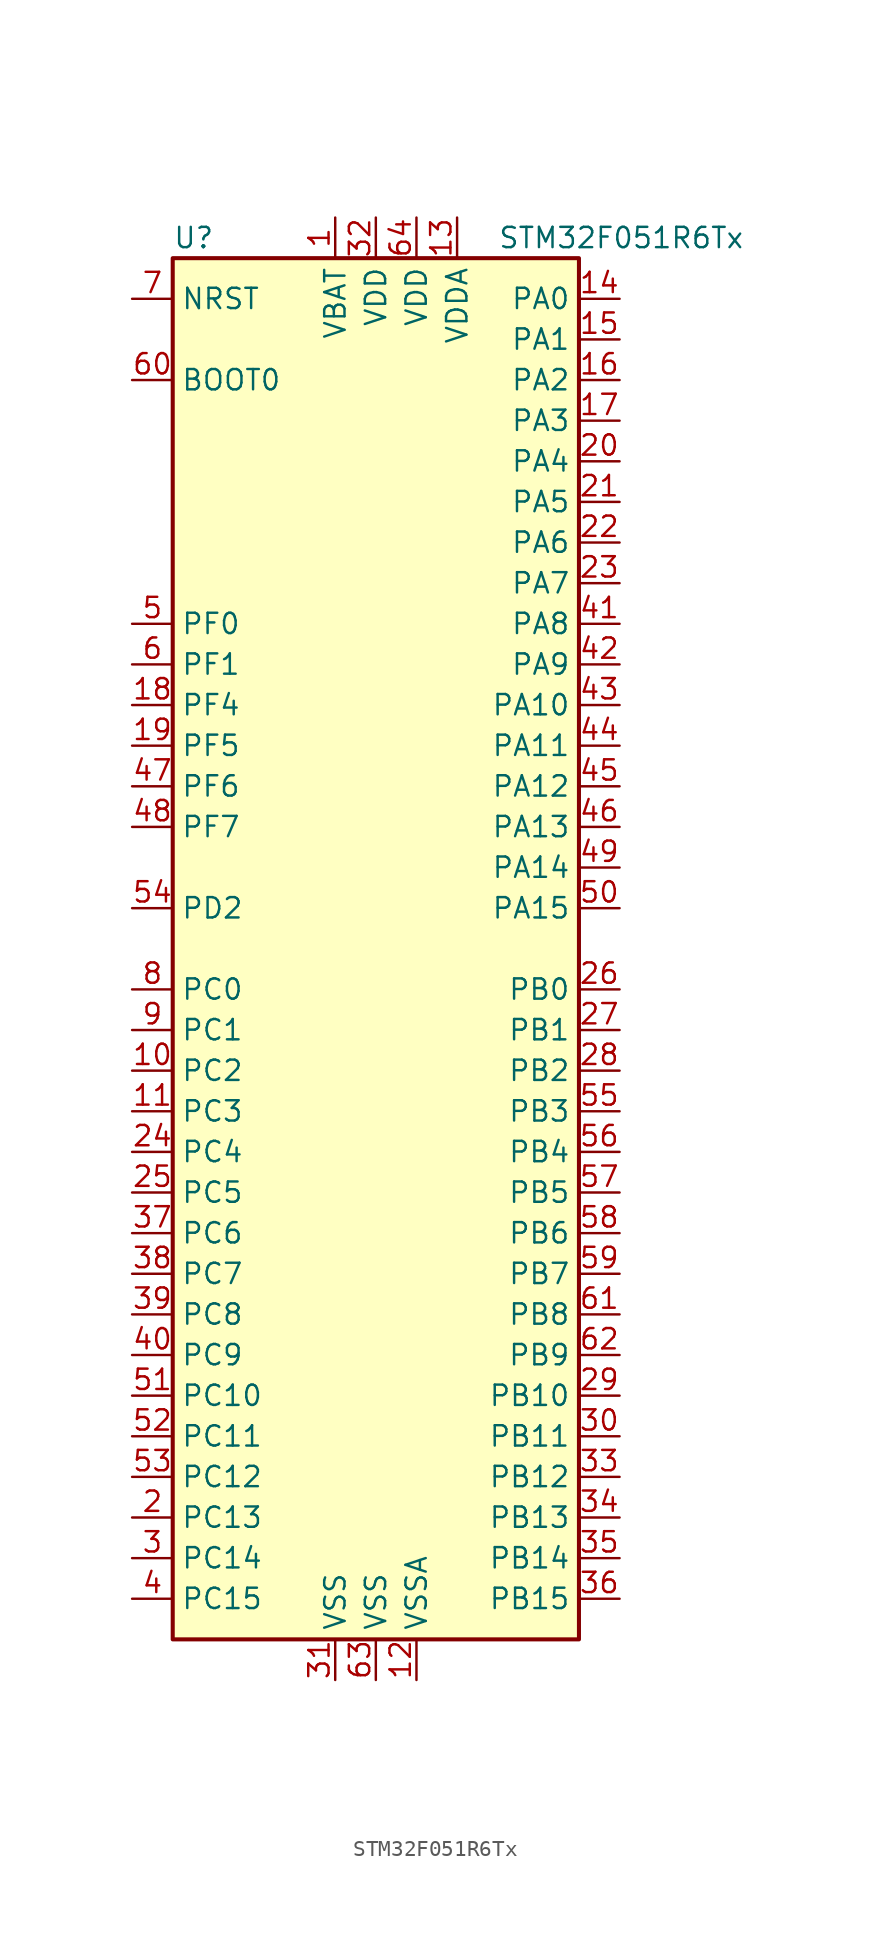
<source format=kicad_sym>
(kicad_symbol_lib
  (version 20201005)
  (generator kicad_symbol_editor)
  (symbol "STM32F051R6Tx"
    (property "Reference" "U"
      (at -12.7 44.45 0)
      (effects (font (size 1.27 1.27)) (justify left)))
    (property "Value" "STM32F051R6Tx"
      (at 7.62 44.45 0)
      (effects (font (size 1.27 1.27)) (justify left)))
    (symbol "STM32F051R6Tx_0_1"
      (rectangle (start -12.7 -43.18) (end 12.7 43.18) (stroke (width 0.254)) (fill (type background))))
    (symbol "STM32F051R6Tx_1_1"
      (pin input line (at -15.24 35.56 0) (length 2.54) (name "BOOT0" (effects (font (size 1.27 1.27)))) (number "60" (effects (font (size 1.27 1.27)))))
      (pin input line (at -15.24 40.64 0) (length 2.54) (name "NRST" (effects (font (size 1.27 1.27)))) (number "7" (effects (font (size 1.27 1.27)))))
      (pin bidirectional line (at 15.24 40.64 180) (length 2.54) (name "PA0" (effects (font (size 1.27 1.27)))) (number "14" (effects (font (size 1.27 1.27)))))
      (pin bidirectional line (at 15.24 38.1 180) (length 2.54) (name "PA1" (effects (font (size 1.27 1.27)))) (number "15" (effects (font (size 1.27 1.27)))))
      (pin bidirectional line (at 15.24 15.24 180) (length 2.54) (name "PA10" (effects (font (size 1.27 1.27)))) (number "43" (effects (font (size 1.27 1.27)))))
      (pin bidirectional line (at 15.24 12.7 180) (length 2.54) (name "PA11" (effects (font (size 1.27 1.27)))) (number "44" (effects (font (size 1.27 1.27)))))
      (pin bidirectional line (at 15.24 10.16 180) (length 2.54) (name "PA12" (effects (font (size 1.27 1.27)))) (number "45" (effects (font (size 1.27 1.27)))))
      (pin bidirectional line (at 15.24 7.62 180) (length 2.54) (name "PA13" (effects (font (size 1.27 1.27)))) (number "46" (effects (font (size 1.27 1.27)))))
      (pin bidirectional line (at 15.24 5.08 180) (length 2.54) (name "PA14" (effects (font (size 1.27 1.27)))) (number "49" (effects (font (size 1.27 1.27)))))
      (pin bidirectional line (at 15.24 2.54 180) (length 2.54) (name "PA15" (effects (font (size 1.27 1.27)))) (number "50" (effects (font (size 1.27 1.27)))))
      (pin bidirectional line (at 15.24 35.56 180) (length 2.54) (name "PA2" (effects (font (size 1.27 1.27)))) (number "16" (effects (font (size 1.27 1.27)))))
      (pin bidirectional line (at 15.24 33.02 180) (length 2.54) (name "PA3" (effects (font (size 1.27 1.27)))) (number "17" (effects (font (size 1.27 1.27)))))
      (pin bidirectional line (at 15.24 30.48 180) (length 2.54) (name "PA4" (effects (font (size 1.27 1.27)))) (number "20" (effects (font (size 1.27 1.27)))))
      (pin bidirectional line (at 15.24 27.94 180) (length 2.54) (name "PA5" (effects (font (size 1.27 1.27)))) (number "21" (effects (font (size 1.27 1.27)))))
      (pin bidirectional line (at 15.24 25.4 180) (length 2.54) (name "PA6" (effects (font (size 1.27 1.27)))) (number "22" (effects (font (size 1.27 1.27)))))
      (pin bidirectional line (at 15.24 22.86 180) (length 2.54) (name "PA7" (effects (font (size 1.27 1.27)))) (number "23" (effects (font (size 1.27 1.27)))))
      (pin bidirectional line (at 15.24 20.32 180) (length 2.54) (name "PA8" (effects (font (size 1.27 1.27)))) (number "41" (effects (font (size 1.27 1.27)))))
      (pin bidirectional line (at 15.24 17.78 180) (length 2.54) (name "PA9" (effects (font (size 1.27 1.27)))) (number "42" (effects (font (size 1.27 1.27)))))
      (pin bidirectional line (at 15.24 -2.54 180) (length 2.54) (name "PB0" (effects (font (size 1.27 1.27)))) (number "26" (effects (font (size 1.27 1.27)))))
      (pin bidirectional line (at 15.24 -5.08 180) (length 2.54) (name "PB1" (effects (font (size 1.27 1.27)))) (number "27" (effects (font (size 1.27 1.27)))))
      (pin bidirectional line (at 15.24 -27.94 180) (length 2.54) (name "PB10" (effects (font (size 1.27 1.27)))) (number "29" (effects (font (size 1.27 1.27)))))
      (pin bidirectional line (at 15.24 -30.48 180) (length 2.54) (name "PB11" (effects (font (size 1.27 1.27)))) (number "30" (effects (font (size 1.27 1.27)))))
      (pin bidirectional line (at 15.24 -33.02 180) (length 2.54) (name "PB12" (effects (font (size 1.27 1.27)))) (number "33" (effects (font (size 1.27 1.27)))))
      (pin bidirectional line (at 15.24 -35.56 180) (length 2.54) (name "PB13" (effects (font (size 1.27 1.27)))) (number "34" (effects (font (size 1.27 1.27)))))
      (pin bidirectional line (at 15.24 -38.1 180) (length 2.54) (name "PB14" (effects (font (size 1.27 1.27)))) (number "35" (effects (font (size 1.27 1.27)))))
      (pin bidirectional line (at 15.24 -40.64 180) (length 2.54) (name "PB15" (effects (font (size 1.27 1.27)))) (number "36" (effects (font (size 1.27 1.27)))))
      (pin bidirectional line (at 15.24 -7.62 180) (length 2.54) (name "PB2" (effects (font (size 1.27 1.27)))) (number "28" (effects (font (size 1.27 1.27)))))
      (pin bidirectional line (at 15.24 -10.16 180) (length 2.54) (name "PB3" (effects (font (size 1.27 1.27)))) (number "55" (effects (font (size 1.27 1.27)))))
      (pin bidirectional line (at 15.24 -12.7 180) (length 2.54) (name "PB4" (effects (font (size 1.27 1.27)))) (number "56" (effects (font (size 1.27 1.27)))))
      (pin bidirectional line (at 15.24 -15.24 180) (length 2.54) (name "PB5" (effects (font (size 1.27 1.27)))) (number "57" (effects (font (size 1.27 1.27)))))
      (pin bidirectional line (at 15.24 -17.78 180) (length 2.54) (name "PB6" (effects (font (size 1.27 1.27)))) (number "58" (effects (font (size 1.27 1.27)))))
      (pin bidirectional line (at 15.24 -20.32 180) (length 2.54) (name "PB7" (effects (font (size 1.27 1.27)))) (number "59" (effects (font (size 1.27 1.27)))))
      (pin bidirectional line (at 15.24 -22.86 180) (length 2.54) (name "PB8" (effects (font (size 1.27 1.27)))) (number "61" (effects (font (size 1.27 1.27)))))
      (pin bidirectional line (at 15.24 -25.4 180) (length 2.54) (name "PB9" (effects (font (size 1.27 1.27)))) (number "62" (effects (font (size 1.27 1.27)))))
      (pin bidirectional line (at -15.24 -2.54 0) (length 2.54) (name "PC0" (effects (font (size 1.27 1.27)))) (number "8" (effects (font (size 1.27 1.27)))))
      (pin bidirectional line (at -15.24 -5.08 0) (length 2.54) (name "PC1" (effects (font (size 1.27 1.27)))) (number "9" (effects (font (size 1.27 1.27)))))
      (pin bidirectional line (at -15.24 -27.94 0) (length 2.54) (name "PC10" (effects (font (size 1.27 1.27)))) (number "51" (effects (font (size 1.27 1.27)))))
      (pin bidirectional line (at -15.24 -30.48 0) (length 2.54) (name "PC11" (effects (font (size 1.27 1.27)))) (number "52" (effects (font (size 1.27 1.27)))))
      (pin bidirectional line (at -15.24 -33.02 0) (length 2.54) (name "PC12" (effects (font (size 1.27 1.27)))) (number "53" (effects (font (size 1.27 1.27)))))
      (pin bidirectional line (at -15.24 -35.56 0) (length 2.54) (name "PC13" (effects (font (size 1.27 1.27)))) (number "2" (effects (font (size 1.27 1.27)))))
      (pin bidirectional line (at -15.24 -38.1 0) (length 2.54) (name "PC14" (effects (font (size 1.27 1.27)))) (number "3" (effects (font (size 1.27 1.27)))))
      (pin bidirectional line (at -15.24 -40.64 0) (length 2.54) (name "PC15" (effects (font (size 1.27 1.27)))) (number "4" (effects (font (size 1.27 1.27)))))
      (pin bidirectional line (at -15.24 -7.62 0) (length 2.54) (name "PC2" (effects (font (size 1.27 1.27)))) (number "10" (effects (font (size 1.27 1.27)))))
      (pin bidirectional line (at -15.24 -10.16 0) (length 2.54) (name "PC3" (effects (font (size 1.27 1.27)))) (number "11" (effects (font (size 1.27 1.27)))))
      (pin bidirectional line (at -15.24 -12.7 0) (length 2.54) (name "PC4" (effects (font (size 1.27 1.27)))) (number "24" (effects (font (size 1.27 1.27)))))
      (pin bidirectional line (at -15.24 -15.24 0) (length 2.54) (name "PC5" (effects (font (size 1.27 1.27)))) (number "25" (effects (font (size 1.27 1.27)))))
      (pin bidirectional line (at -15.24 -17.78 0) (length 2.54) (name "PC6" (effects (font (size 1.27 1.27)))) (number "37" (effects (font (size 1.27 1.27)))))
      (pin bidirectional line (at -15.24 -20.32 0) (length 2.54) (name "PC7" (effects (font (size 1.27 1.27)))) (number "38" (effects (font (size 1.27 1.27)))))
      (pin bidirectional line (at -15.24 -22.86 0) (length 2.54) (name "PC8" (effects (font (size 1.27 1.27)))) (number "39" (effects (font (size 1.27 1.27)))))
      (pin bidirectional line (at -15.24 -25.4 0) (length 2.54) (name "PC9" (effects (font (size 1.27 1.27)))) (number "40" (effects (font (size 1.27 1.27)))))
      (pin bidirectional line (at -15.24 2.54 0) (length 2.54) (name "PD2" (effects (font (size 1.27 1.27)))) (number "54" (effects (font (size 1.27 1.27)))))
      (pin input line (at -15.24 20.32 0) (length 2.54) (name "PF0" (effects (font (size 1.27 1.27)))) (number "5" (effects (font (size 1.27 1.27)))))
      (pin input line (at -15.24 17.78 0) (length 2.54) (name "PF1" (effects (font (size 1.27 1.27)))) (number "6" (effects (font (size 1.27 1.27)))))
      (pin bidirectional line (at -15.24 15.24 0) (length 2.54) (name "PF4" (effects (font (size 1.27 1.27)))) (number "18" (effects (font (size 1.27 1.27)))))
      (pin bidirectional line (at -15.24 12.7 0) (length 2.54) (name "PF5" (effects (font (size 1.27 1.27)))) (number "19" (effects (font (size 1.27 1.27)))))
      (pin bidirectional line (at -15.24 10.16 0) (length 2.54) (name "PF6" (effects (font (size 1.27 1.27)))) (number "47" (effects (font (size 1.27 1.27)))))
      (pin bidirectional line (at -15.24 7.62 0) (length 2.54) (name "PF7" (effects (font (size 1.27 1.27)))) (number "48" (effects (font (size 1.27 1.27)))))
      (pin power_in line (at -2.54 45.72 270) (length 2.54) (name "VBAT" (effects (font (size 1.27 1.27)))) (number "1" (effects (font (size 1.27 1.27)))))
      (pin power_in line (at 0 45.72 270) (length 2.54) (name "VDD" (effects (font (size 1.27 1.27)))) (number "32" (effects (font (size 1.27 1.27)))))
      (pin power_in line (at 2.54 45.72 270) (length 2.54) (name "VDD" (effects (font (size 1.27 1.27)))) (number "64" (effects (font (size 1.27 1.27)))))
      (pin power_in line (at 5.08 45.72 270) (length 2.54) (name "VDDA" (effects (font (size 1.27 1.27)))) (number "13" (effects (font (size 1.27 1.27)))))
      (pin power_in line (at -2.54 -45.72 90) (length 2.54) (name "VSS" (effects (font (size 1.27 1.27)))) (number "31" (effects (font (size 1.27 1.27)))))
      (pin power_in line (at 0 -45.72 90) (length 2.54) (name "VSS" (effects (font (size 1.27 1.27)))) (number "63" (effects (font (size 1.27 1.27)))))
      (pin power_in line (at 2.54 -45.72 90) (length 2.54) (name "VSSA" (effects (font (size 1.27 1.27)))) (number "12" (effects (font (size 1.27 1.27))))))))
</source>
